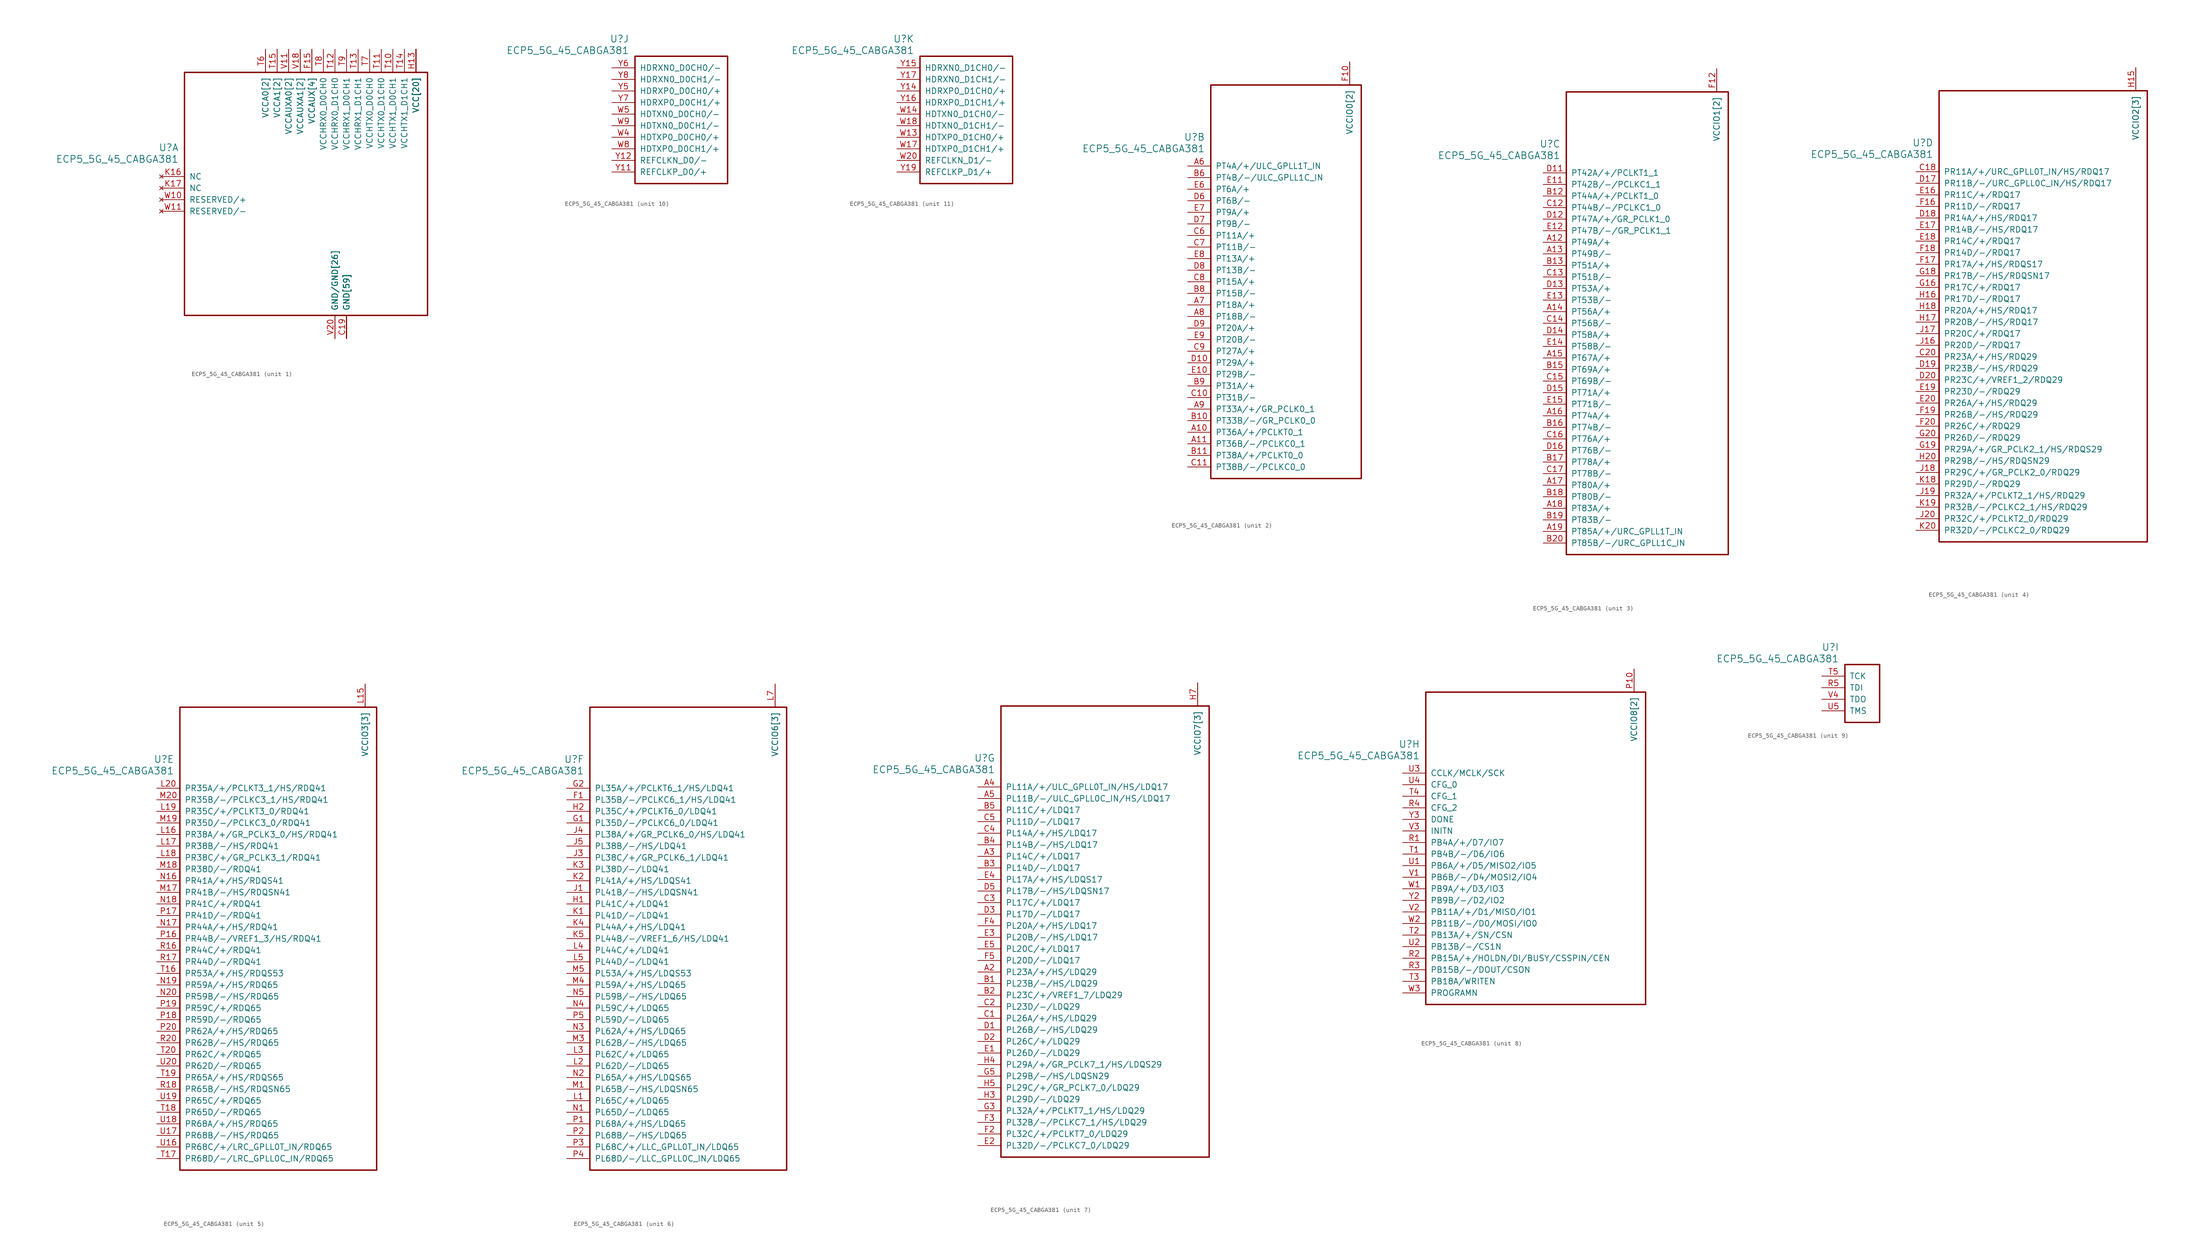
<source format=kicad_sym>
(kicad_symbol_lib
  (version 20241209)
  (generator "kicad_symbol_editor")
  (generator_version "9.0")
  (symbol "ECP5_5G_45_CABGA381"
    (pin_names
      (offset 1.016))
    (property "Reference" "U"
      (at 3.81 6.35 0)
      (effects (font (size 1.524 1.524)) (justify right)))
    (property "Value" "ECP5_5G_45_CABGA381"
      (at 3.81 3.81 0)
      (effects (font (size 1.524 1.524)) (justify right)))
    (property "ki_locked" ""
      (at 0 0 0)
      (effects (font (size 1.27 1.27))))
    (symbol "ECP5_5G_45_CABGA381_1_1"
      (rectangle (start 5.08 22.86) (end 58.42 -30.48) (stroke (width 0.305) (type solid)) (fill (type none)))
      (pin no_connect line (at 0 0 0) (length 5.08) (name "NC" (effects (font (size 1.27 1.27)))) (number "K16" (effects (font (size 1.27 1.27)))))
      (pin no_connect line (at 0 -2.54 0) (length 5.08) (name "NC" (effects (font (size 1.27 1.27)))) (number "K17" (effects (font (size 1.27 1.27)))))
      (pin no_connect line (at 0 -5.08 0) (length 5.08) (name "RESERVED/+" (effects (font (size 1.27 1.27)))) (number "W10" (effects (font (size 1.27 1.27)))))
      (pin no_connect line (at 0 -7.62 0) (length 5.08) (name "RESERVED/-" (effects (font (size 1.27 1.27)))) (number "W11" (effects (font (size 1.27 1.27)))))
      (pin power_in line (at 22.86 27.94 270) (length 5.08) (name "VCCA0[2]" (effects (font (size 1.27 1.27)))) (number "T6" (effects (font (size 1.27 1.27)))))
      (pin power_in line (at 22.86 27.94 270) (length 5.08) (name "VCCA0[2]" (effects (font (size 1.27 1.27)))) (number "U6" (effects (font (size 0 0)))))
      (pin power_in line (at 25.4 27.94 270) (length 5.08) (name "VCCA1[2]" (effects (font (size 1.27 1.27)))) (number "T15" (effects (font (size 1.27 1.27)))))
      (pin power_in line (at 25.4 27.94 270) (length 5.08) (name "VCCA1[2]" (effects (font (size 1.27 1.27)))) (number "U15" (effects (font (size 0 0)))))
      (pin power_in line (at 27.94 27.94 270) (length 5.08) (name "VCCAUXA0[2]" (effects (font (size 1.27 1.27)))) (number "V10" (effects (font (size 0 0)))))
      (pin power_in line (at 27.94 27.94 270) (length 5.08) (name "VCCAUXA0[2]" (effects (font (size 1.27 1.27)))) (number "V11" (effects (font (size 1.27 1.27)))))
      (pin power_in line (at 30.48 27.94 270) (length 5.08) (name "VCCAUXA1[2]" (effects (font (size 1.27 1.27)))) (number "V17" (effects (font (size 0 0)))))
      (pin power_in line (at 30.48 27.94 270) (length 5.08) (name "VCCAUXA1[2]" (effects (font (size 1.27 1.27)))) (number "V18" (effects (font (size 1.27 1.27)))))
      (pin power_in line (at 33.02 27.94 270) (length 5.08) (name "VCCAUX[4]" (effects (font (size 1.27 1.27)))) (number "F15" (effects (font (size 1.27 1.27)))))
      (pin power_in line (at 33.02 27.94 270) (length 5.08) (name "VCCAUX[4]" (effects (font (size 1.27 1.27)))) (number "F6" (effects (font (size 0 0)))))
      (pin power_in line (at 33.02 27.94 270) (length 5.08) (name "VCCAUX[4]" (effects (font (size 1.27 1.27)))) (number "P15" (effects (font (size 0 0)))))
      (pin power_in line (at 33.02 27.94 270) (length 5.08) (name "VCCAUX[4]" (effects (font (size 1.27 1.27)))) (number "P6" (effects (font (size 0 0)))))
      (pin power_in line (at 35.56 27.94 270) (length 5.08) (name "VCCHRX0_D0CH0" (effects (font (size 1.27 1.27)))) (number "T8" (effects (font (size 1.27 1.27)))))
      (pin power_in line (at 38.1 27.94 270) (length 5.08) (name "VCCHRX0_D1CH0" (effects (font (size 1.27 1.27)))) (number "T12" (effects (font (size 1.27 1.27)))))
      (pin power_in line (at 38.1 -35.56 90) (length 5.08) (name "GND/GND[26]" (effects (font (size 1.27 1.27)))) (number "U10" (effects (font (size 0 0)))))
      (pin power_in line (at 38.1 -35.56 90) (length 5.08) (name "GND/GND[26]" (effects (font (size 1.27 1.27)))) (number "U11" (effects (font (size 0 0)))))
      (pin power_in line (at 38.1 -35.56 90) (length 5.08) (name "GND/GND[26]" (effects (font (size 1.27 1.27)))) (number "U12" (effects (font (size 0 0)))))
      (pin power_in line (at 38.1 -35.56 90) (length 5.08) (name "GND/GND[26]" (effects (font (size 1.27 1.27)))) (number "U13" (effects (font (size 0 0)))))
      (pin power_in line (at 38.1 -35.56 90) (length 5.08) (name "GND/GND[26]" (effects (font (size 1.27 1.27)))) (number "U14" (effects (font (size 0 0)))))
      (pin power_in line (at 38.1 -35.56 90) (length 5.08) (name "GND/GND[26]" (effects (font (size 1.27 1.27)))) (number "U7" (effects (font (size 0 0)))))
      (pin power_in line (at 38.1 -35.56 90) (length 5.08) (name "GND/GND[26]" (effects (font (size 1.27 1.27)))) (number "U8" (effects (font (size 0 0)))))
      (pin power_in line (at 38.1 -35.56 90) (length 5.08) (name "GND/GND[26]" (effects (font (size 1.27 1.27)))) (number "U9" (effects (font (size 0 0)))))
      (pin power_in line (at 38.1 -35.56 90) (length 5.08) (name "GND/GND[26]" (effects (font (size 1.27 1.27)))) (number "V12" (effects (font (size 0 0)))))
      (pin power_in line (at 38.1 -35.56 90) (length 5.08) (name "GND/GND[26]" (effects (font (size 1.27 1.27)))) (number "V13" (effects (font (size 0 0)))))
      (pin power_in line (at 38.1 -35.56 90) (length 5.08) (name "GND/GND[26]" (effects (font (size 1.27 1.27)))) (number "V14" (effects (font (size 0 0)))))
      (pin power_in line (at 38.1 -35.56 90) (length 5.08) (name "GND/GND[26]" (effects (font (size 1.27 1.27)))) (number "V15" (effects (font (size 0 0)))))
      (pin power_in line (at 38.1 -35.56 90) (length 5.08) (name "GND/GND[26]" (effects (font (size 1.27 1.27)))) (number "V16" (effects (font (size 0 0)))))
      (pin power_in line (at 38.1 -35.56 90) (length 5.08) (name "GND/GND[26]" (effects (font (size 1.27 1.27)))) (number "V19" (effects (font (size 0 0)))))
      (pin power_in line (at 38.1 -35.56 90) (length 5.08) (name "GND/GND[26]" (effects (font (size 1.27 1.27)))) (number "V20" (effects (font (size 1.27 1.27)))))
      (pin power_in line (at 38.1 -35.56 90) (length 5.08) (name "GND/GND[26]" (effects (font (size 1.27 1.27)))) (number "V5" (effects (font (size 0 0)))))
      (pin power_in line (at 38.1 -35.56 90) (length 5.08) (name "GND/GND[26]" (effects (font (size 1.27 1.27)))) (number "V6" (effects (font (size 0 0)))))
      (pin power_in line (at 38.1 -35.56 90) (length 5.08) (name "GND/GND[26]" (effects (font (size 1.27 1.27)))) (number "V7" (effects (font (size 0 0)))))
      (pin power_in line (at 38.1 -35.56 90) (length 5.08) (name "GND/GND[26]" (effects (font (size 1.27 1.27)))) (number "V8" (effects (font (size 0 0)))))
      (pin power_in line (at 38.1 -35.56 90) (length 5.08) (name "GND/GND[26]" (effects (font (size 1.27 1.27)))) (number "V9" (effects (font (size 0 0)))))
      (pin power_in line (at 38.1 -35.56 90) (length 5.08) (name "GND/GND[26]" (effects (font (size 1.27 1.27)))) (number "W12" (effects (font (size 0 0)))))
      (pin power_in line (at 38.1 -35.56 90) (length 5.08) (name "GND/GND[26]" (effects (font (size 1.27 1.27)))) (number "W15" (effects (font (size 0 0)))))
      (pin power_in line (at 38.1 -35.56 90) (length 5.08) (name "GND/GND[26]" (effects (font (size 1.27 1.27)))) (number "W16" (effects (font (size 0 0)))))
      (pin power_in line (at 38.1 -35.56 90) (length 5.08) (name "GND/GND[26]" (effects (font (size 1.27 1.27)))) (number "W19" (effects (font (size 0 0)))))
      (pin power_in line (at 38.1 -35.56 90) (length 5.08) (name "GND/GND[26]" (effects (font (size 1.27 1.27)))) (number "W6" (effects (font (size 0 0)))))
      (pin power_in line (at 38.1 -35.56 90) (length 5.08) (name "GND/GND[26]" (effects (font (size 1.27 1.27)))) (number "W7" (effects (font (size 0 0)))))
      (pin power_in line (at 40.64 27.94 270) (length 5.08) (name "VCCHRX1_D0CH1" (effects (font (size 1.27 1.27)))) (number "T9" (effects (font (size 1.27 1.27)))))
      (pin power_in line (at 40.64 -35.56 90) (length 5.08) (name "GND[59]" (effects (font (size 1.27 1.27)))) (number "B14" (effects (font (size 0 0)))))
      (pin power_in line (at 40.64 -35.56 90) (length 5.08) (name "GND[59]" (effects (font (size 1.27 1.27)))) (number "B7" (effects (font (size 0 0)))))
      (pin power_in line (at 40.64 -35.56 90) (length 5.08) (name "GND[59]" (effects (font (size 1.27 1.27)))) (number "C19" (effects (font (size 1.27 1.27)))))
      (pin power_in line (at 40.64 -35.56 90) (length 5.08) (name "GND[59]" (effects (font (size 1.27 1.27)))) (number "D4" (effects (font (size 0 0)))))
      (pin power_in line (at 40.64 -35.56 90) (length 5.08) (name "GND[59]" (effects (font (size 1.27 1.27)))) (number "F13" (effects (font (size 0 0)))))
      (pin power_in line (at 40.64 -35.56 90) (length 5.08) (name "GND[59]" (effects (font (size 1.27 1.27)))) (number "F14" (effects (font (size 0 0)))))
      (pin power_in line (at 40.64 -35.56 90) (length 5.08) (name "GND[59]" (effects (font (size 1.27 1.27)))) (number "F7" (effects (font (size 0 0)))))
      (pin power_in line (at 40.64 -35.56 90) (length 5.08) (name "GND[59]" (effects (font (size 1.27 1.27)))) (number "F8" (effects (font (size 0 0)))))
      (pin power_in line (at 40.64 -35.56 90) (length 5.08) (name "GND[59]" (effects (font (size 1.27 1.27)))) (number "G10" (effects (font (size 0 0)))))
      (pin power_in line (at 40.64 -35.56 90) (length 5.08) (name "GND[59]" (effects (font (size 1.27 1.27)))) (number "G11" (effects (font (size 0 0)))))
      (pin power_in line (at 40.64 -35.56 90) (length 5.08) (name "GND[59]" (effects (font (size 1.27 1.27)))) (number "G12" (effects (font (size 0 0)))))
      (pin power_in line (at 40.64 -35.56 90) (length 5.08) (name "GND[59]" (effects (font (size 1.27 1.27)))) (number "G13" (effects (font (size 0 0)))))
      (pin power_in line (at 40.64 -35.56 90) (length 5.08) (name "GND[59]" (effects (font (size 1.27 1.27)))) (number "G14" (effects (font (size 0 0)))))
      (pin power_in line (at 40.64 -35.56 90) (length 5.08) (name "GND[59]" (effects (font (size 1.27 1.27)))) (number "G15" (effects (font (size 0 0)))))
      (pin power_in line (at 40.64 -35.56 90) (length 5.08) (name "GND[59]" (effects (font (size 1.27 1.27)))) (number "G17" (effects (font (size 0 0)))))
      (pin power_in line (at 40.64 -35.56 90) (length 5.08) (name "GND[59]" (effects (font (size 1.27 1.27)))) (number "G4" (effects (font (size 0 0)))))
      (pin power_in line (at 40.64 -35.56 90) (length 5.08) (name "GND[59]" (effects (font (size 1.27 1.27)))) (number "G6" (effects (font (size 0 0)))))
      (pin power_in line (at 40.64 -35.56 90) (length 5.08) (name "GND[59]" (effects (font (size 1.27 1.27)))) (number "G7" (effects (font (size 0 0)))))
      (pin power_in line (at 40.64 -35.56 90) (length 5.08) (name "GND[59]" (effects (font (size 1.27 1.27)))) (number "G8" (effects (font (size 0 0)))))
      (pin power_in line (at 40.64 -35.56 90) (length 5.08) (name "GND[59]" (effects (font (size 1.27 1.27)))) (number "G9" (effects (font (size 0 0)))))
      (pin power_in line (at 40.64 -35.56 90) (length 5.08) (name "GND[59]" (effects (font (size 1.27 1.27)))) (number "H19" (effects (font (size 0 0)))))
      (pin power_in line (at 40.64 -35.56 90) (length 5.08) (name "GND[59]" (effects (font (size 1.27 1.27)))) (number "J10" (effects (font (size 0 0)))))
      (pin power_in line (at 40.64 -35.56 90) (length 5.08) (name "GND[59]" (effects (font (size 1.27 1.27)))) (number "J11" (effects (font (size 0 0)))))
      (pin power_in line (at 40.64 -35.56 90) (length 5.08) (name "GND[59]" (effects (font (size 1.27 1.27)))) (number "J12" (effects (font (size 0 0)))))
      (pin power_in line (at 40.64 -35.56 90) (length 5.08) (name "GND[59]" (effects (font (size 1.27 1.27)))) (number "J14" (effects (font (size 0 0)))))
      (pin power_in line (at 40.64 -35.56 90) (length 5.08) (name "GND[59]" (effects (font (size 1.27 1.27)))) (number "J2" (effects (font (size 0 0)))))
      (pin power_in line (at 40.64 -35.56 90) (length 5.08) (name "GND[59]" (effects (font (size 1.27 1.27)))) (number "J7" (effects (font (size 0 0)))))
      (pin power_in line (at 40.64 -35.56 90) (length 5.08) (name "GND[59]" (effects (font (size 1.27 1.27)))) (number "J9" (effects (font (size 0 0)))))
      (pin power_in line (at 40.64 -35.56 90) (length 5.08) (name "GND[59]" (effects (font (size 1.27 1.27)))) (number "K10" (effects (font (size 0 0)))))
      (pin power_in line (at 40.64 -35.56 90) (length 5.08) (name "GND[59]" (effects (font (size 1.27 1.27)))) (number "K11" (effects (font (size 0 0)))))
      (pin power_in line (at 40.64 -35.56 90) (length 5.08) (name "GND[59]" (effects (font (size 1.27 1.27)))) (number "K12" (effects (font (size 0 0)))))
      (pin power_in line (at 40.64 -35.56 90) (length 5.08) (name "GND[59]" (effects (font (size 1.27 1.27)))) (number "K14" (effects (font (size 0 0)))))
      (pin power_in line (at 40.64 -35.56 90) (length 5.08) (name "GND[59]" (effects (font (size 1.27 1.27)))) (number "K15" (effects (font (size 0 0)))))
      (pin power_in line (at 40.64 -35.56 90) (length 5.08) (name "GND[59]" (effects (font (size 1.27 1.27)))) (number "K6" (effects (font (size 0 0)))))
      (pin power_in line (at 40.64 -35.56 90) (length 5.08) (name "GND[59]" (effects (font (size 1.27 1.27)))) (number "K7" (effects (font (size 0 0)))))
      (pin power_in line (at 40.64 -35.56 90) (length 5.08) (name "GND[59]" (effects (font (size 1.27 1.27)))) (number "K9" (effects (font (size 0 0)))))
      (pin power_in line (at 40.64 -35.56 90) (length 5.08) (name "GND[59]" (effects (font (size 1.27 1.27)))) (number "L10" (effects (font (size 0 0)))))
      (pin power_in line (at 40.64 -35.56 90) (length 5.08) (name "GND[59]" (effects (font (size 1.27 1.27)))) (number "L11" (effects (font (size 0 0)))))
      (pin power_in line (at 40.64 -35.56 90) (length 5.08) (name "GND[59]" (effects (font (size 1.27 1.27)))) (number "L12" (effects (font (size 0 0)))))
      (pin power_in line (at 40.64 -35.56 90) (length 5.08) (name "GND[59]" (effects (font (size 1.27 1.27)))) (number "L9" (effects (font (size 0 0)))))
      (pin power_in line (at 40.64 -35.56 90) (length 5.08) (name "GND[59]" (effects (font (size 1.27 1.27)))) (number "M10" (effects (font (size 0 0)))))
      (pin power_in line (at 40.64 -35.56 90) (length 5.08) (name "GND[59]" (effects (font (size 1.27 1.27)))) (number "M11" (effects (font (size 0 0)))))
      (pin power_in line (at 40.64 -35.56 90) (length 5.08) (name "GND[59]" (effects (font (size 1.27 1.27)))) (number "M12" (effects (font (size 0 0)))))
      (pin power_in line (at 40.64 -35.56 90) (length 5.08) (name "GND[59]" (effects (font (size 1.27 1.27)))) (number "M14" (effects (font (size 0 0)))))
      (pin power_in line (at 40.64 -35.56 90) (length 5.08) (name "GND[59]" (effects (font (size 1.27 1.27)))) (number "M16" (effects (font (size 0 0)))))
      (pin power_in line (at 40.64 -35.56 90) (length 5.08) (name "GND[59]" (effects (font (size 1.27 1.27)))) (number "M2" (effects (font (size 0 0)))))
      (pin power_in line (at 40.64 -35.56 90) (length 5.08) (name "GND[59]" (effects (font (size 1.27 1.27)))) (number "M7" (effects (font (size 0 0)))))
      (pin power_in line (at 40.64 -35.56 90) (length 5.08) (name "GND[59]" (effects (font (size 1.27 1.27)))) (number "M9" (effects (font (size 0 0)))))
      (pin power_in line (at 40.64 -35.56 90) (length 5.08) (name "GND[59]" (effects (font (size 1.27 1.27)))) (number "N14" (effects (font (size 0 0)))))
      (pin power_in line (at 40.64 -35.56 90) (length 5.08) (name "GND[59]" (effects (font (size 1.27 1.27)))) (number "N15" (effects (font (size 0 0)))))
      (pin power_in line (at 40.64 -35.56 90) (length 5.08) (name "GND[59]" (effects (font (size 1.27 1.27)))) (number "N6" (effects (font (size 0 0)))))
      (pin power_in line (at 40.64 -35.56 90) (length 5.08) (name "GND[59]" (effects (font (size 1.27 1.27)))) (number "N7" (effects (font (size 0 0)))))
      (pin power_in line (at 40.64 -35.56 90) (length 5.08) (name "GND[59]" (effects (font (size 1.27 1.27)))) (number "P11" (effects (font (size 0 0)))))
      (pin power_in line (at 40.64 -35.56 90) (length 5.08) (name "GND[59]" (effects (font (size 1.27 1.27)))) (number "P12" (effects (font (size 0 0)))))
      (pin power_in line (at 40.64 -35.56 90) (length 5.08) (name "GND[59]" (effects (font (size 1.27 1.27)))) (number "P13" (effects (font (size 0 0)))))
      (pin power_in line (at 40.64 -35.56 90) (length 5.08) (name "GND[59]" (effects (font (size 1.27 1.27)))) (number "P14" (effects (font (size 0 0)))))
      (pin power_in line (at 40.64 -35.56 90) (length 5.08) (name "GND[59]" (effects (font (size 1.27 1.27)))) (number "P7" (effects (font (size 0 0)))))
      (pin power_in line (at 40.64 -35.56 90) (length 5.08) (name "GND[59]" (effects (font (size 1.27 1.27)))) (number "P8" (effects (font (size 0 0)))))
      (pin power_in line (at 40.64 -35.56 90) (length 5.08) (name "GND[59]" (effects (font (size 1.27 1.27)))) (number "R19" (effects (font (size 0 0)))))
      (pin power_in line (at 43.18 27.94 270) (length 5.08) (name "VCCHRX1_D1CH1" (effects (font (size 1.27 1.27)))) (number "T13" (effects (font (size 1.27 1.27)))))
      (pin power_in line (at 45.72 27.94 270) (length 5.08) (name "VCCHTX0_D0CH0" (effects (font (size 1.27 1.27)))) (number "T7" (effects (font (size 1.27 1.27)))))
      (pin power_in line (at 48.26 27.94 270) (length 5.08) (name "VCCHTX0_D1CH0" (effects (font (size 1.27 1.27)))) (number "T11" (effects (font (size 1.27 1.27)))))
      (pin power_in line (at 50.8 27.94 270) (length 5.08) (name "VCCHTX1_D0CH1" (effects (font (size 1.27 1.27)))) (number "T10" (effects (font (size 1.27 1.27)))))
      (pin power_in line (at 53.34 27.94 270) (length 5.08) (name "VCCHTX1_D1CH1" (effects (font (size 1.27 1.27)))) (number "T14" (effects (font (size 1.27 1.27)))))
      (pin power_in line (at 55.88 27.94 270) (length 5.08) (name "VCC[20]" (effects (font (size 1.27 1.27)))) (number "H10" (effects (font (size 0 0)))))
      (pin power_in line (at 55.88 27.94 270) (length 5.08) (name "VCC[20]" (effects (font (size 1.27 1.27)))) (number "H11" (effects (font (size 0 0)))))
      (pin power_in line (at 55.88 27.94 270) (length 5.08) (name "VCC[20]" (effects (font (size 1.27 1.27)))) (number "H12" (effects (font (size 0 0)))))
      (pin power_in line (at 55.88 27.94 270) (length 5.08) (name "VCC[20]" (effects (font (size 1.27 1.27)))) (number "H13" (effects (font (size 1.27 1.27)))))
      (pin power_in line (at 55.88 27.94 270) (length 5.08) (name "VCC[20]" (effects (font (size 1.27 1.27)))) (number "H8" (effects (font (size 0 0)))))
      (pin power_in line (at 55.88 27.94 270) (length 5.08) (name "VCC[20]" (effects (font (size 1.27 1.27)))) (number "H9" (effects (font (size 0 0)))))
      (pin power_in line (at 55.88 27.94 270) (length 5.08) (name "VCC[20]" (effects (font (size 1.27 1.27)))) (number "J13" (effects (font (size 0 0)))))
      (pin power_in line (at 55.88 27.94 270) (length 5.08) (name "VCC[20]" (effects (font (size 1.27 1.27)))) (number "J8" (effects (font (size 0 0)))))
      (pin power_in line (at 55.88 27.94 270) (length 5.08) (name "VCC[20]" (effects (font (size 1.27 1.27)))) (number "K13" (effects (font (size 0 0)))))
      (pin power_in line (at 55.88 27.94 270) (length 5.08) (name "VCC[20]" (effects (font (size 1.27 1.27)))) (number "K8" (effects (font (size 0 0)))))
      (pin power_in line (at 55.88 27.94 270) (length 5.08) (name "VCC[20]" (effects (font (size 1.27 1.27)))) (number "L13" (effects (font (size 0 0)))))
      (pin power_in line (at 55.88 27.94 270) (length 5.08) (name "VCC[20]" (effects (font (size 1.27 1.27)))) (number "L8" (effects (font (size 0 0)))))
      (pin power_in line (at 55.88 27.94 270) (length 5.08) (name "VCC[20]" (effects (font (size 1.27 1.27)))) (number "M13" (effects (font (size 0 0)))))
      (pin power_in line (at 55.88 27.94 270) (length 5.08) (name "VCC[20]" (effects (font (size 1.27 1.27)))) (number "M8" (effects (font (size 0 0)))))
      (pin power_in line (at 55.88 27.94 270) (length 5.08) (name "VCC[20]" (effects (font (size 1.27 1.27)))) (number "N10" (effects (font (size 0 0)))))
      (pin power_in line (at 55.88 27.94 270) (length 5.08) (name "VCC[20]" (effects (font (size 1.27 1.27)))) (number "N11" (effects (font (size 0 0)))))
      (pin power_in line (at 55.88 27.94 270) (length 5.08) (name "VCC[20]" (effects (font (size 1.27 1.27)))) (number "N12" (effects (font (size 0 0)))))
      (pin power_in line (at 55.88 27.94 270) (length 5.08) (name "VCC[20]" (effects (font (size 1.27 1.27)))) (number "N13" (effects (font (size 0 0)))))
      (pin power_in line (at 55.88 27.94 270) (length 5.08) (name "VCC[20]" (effects (font (size 1.27 1.27)))) (number "N8" (effects (font (size 0 0)))))
      (pin power_in line (at 55.88 27.94 270) (length 5.08) (name "VCC[20]" (effects (font (size 1.27 1.27)))) (number "N9" (effects (font (size 0 0))))))
    (symbol "ECP5_5G_45_CABGA381_2_1"
      (rectangle (start 5.08 17.78) (end 38.1 -68.58) (stroke (width 0.305) (type solid)) (fill (type none)))
      (pin bidirectional line (at 0 0 0) (length 5.08) (name "PT4A/+/ULC_GPLL1T_IN" (effects (font (size 1.27 1.27)))) (number "A6" (effects (font (size 1.27 1.27)))))
      (pin bidirectional line (at 0 -2.54 0) (length 5.08) (name "PT4B/-/ULC_GPLL1C_IN" (effects (font (size 1.27 1.27)))) (number "B6" (effects (font (size 1.27 1.27)))))
      (pin bidirectional line (at 0 -5.08 0) (length 5.08) (name "PT6A/+" (effects (font (size 1.27 1.27)))) (number "E6" (effects (font (size 1.27 1.27)))))
      (pin bidirectional line (at 0 -7.62 0) (length 5.08) (name "PT6B/-" (effects (font (size 1.27 1.27)))) (number "D6" (effects (font (size 1.27 1.27)))))
      (pin bidirectional line (at 0 -10.16 0) (length 5.08) (name "PT9A/+" (effects (font (size 1.27 1.27)))) (number "E7" (effects (font (size 1.27 1.27)))))
      (pin bidirectional line (at 0 -12.7 0) (length 5.08) (name "PT9B/-" (effects (font (size 1.27 1.27)))) (number "D7" (effects (font (size 1.27 1.27)))))
      (pin bidirectional line (at 0 -15.24 0) (length 5.08) (name "PT11A/+" (effects (font (size 1.27 1.27)))) (number "C6" (effects (font (size 1.27 1.27)))))
      (pin bidirectional line (at 0 -17.78 0) (length 5.08) (name "PT11B/-" (effects (font (size 1.27 1.27)))) (number "C7" (effects (font (size 1.27 1.27)))))
      (pin bidirectional line (at 0 -20.32 0) (length 5.08) (name "PT13A/+" (effects (font (size 1.27 1.27)))) (number "E8" (effects (font (size 1.27 1.27)))))
      (pin bidirectional line (at 0 -22.86 0) (length 5.08) (name "PT13B/-" (effects (font (size 1.27 1.27)))) (number "D8" (effects (font (size 1.27 1.27)))))
      (pin bidirectional line (at 0 -25.4 0) (length 5.08) (name "PT15A/+" (effects (font (size 1.27 1.27)))) (number "C8" (effects (font (size 1.27 1.27)))))
      (pin bidirectional line (at 0 -27.94 0) (length 5.08) (name "PT15B/-" (effects (font (size 1.27 1.27)))) (number "B8" (effects (font (size 1.27 1.27)))))
      (pin bidirectional line (at 0 -30.48 0) (length 5.08) (name "PT18A/+" (effects (font (size 1.27 1.27)))) (number "A7" (effects (font (size 1.27 1.27)))))
      (pin bidirectional line (at 0 -33.02 0) (length 5.08) (name "PT18B/-" (effects (font (size 1.27 1.27)))) (number "A8" (effects (font (size 1.27 1.27)))))
      (pin bidirectional line (at 0 -35.56 0) (length 5.08) (name "PT20A/+" (effects (font (size 1.27 1.27)))) (number "D9" (effects (font (size 1.27 1.27)))))
      (pin bidirectional line (at 0 -38.1 0) (length 5.08) (name "PT20B/-" (effects (font (size 1.27 1.27)))) (number "E9" (effects (font (size 1.27 1.27)))))
      (pin bidirectional line (at 0 -40.64 0) (length 5.08) (name "PT27A/+" (effects (font (size 1.27 1.27)))) (number "C9" (effects (font (size 1.27 1.27)))))
      (pin bidirectional line (at 0 -43.18 0) (length 5.08) (name "PT29A/+" (effects (font (size 1.27 1.27)))) (number "D10" (effects (font (size 1.27 1.27)))))
      (pin bidirectional line (at 0 -45.72 0) (length 5.08) (name "PT29B/-" (effects (font (size 1.27 1.27)))) (number "E10" (effects (font (size 1.27 1.27)))))
      (pin bidirectional line (at 0 -48.26 0) (length 5.08) (name "PT31A/+" (effects (font (size 1.27 1.27)))) (number "B9" (effects (font (size 1.27 1.27)))))
      (pin bidirectional line (at 0 -50.8 0) (length 5.08) (name "PT31B/-" (effects (font (size 1.27 1.27)))) (number "C10" (effects (font (size 1.27 1.27)))))
      (pin bidirectional line (at 0 -53.34 0) (length 5.08) (name "PT33A/+/GR_PCLK0_1" (effects (font (size 1.27 1.27)))) (number "A9" (effects (font (size 1.27 1.27)))))
      (pin bidirectional line (at 0 -55.88 0) (length 5.08) (name "PT33B/-/GR_PCLK0_0" (effects (font (size 1.27 1.27)))) (number "B10" (effects (font (size 1.27 1.27)))))
      (pin bidirectional line (at 0 -58.42 0) (length 5.08) (name "PT36A/+/PCLKT0_1" (effects (font (size 1.27 1.27)))) (number "A10" (effects (font (size 1.27 1.27)))))
      (pin bidirectional line (at 0 -60.96 0) (length 5.08) (name "PT36B/-/PCLKC0_1" (effects (font (size 1.27 1.27)))) (number "A11" (effects (font (size 1.27 1.27)))))
      (pin bidirectional line (at 0 -63.5 0) (length 5.08) (name "PT38A/+/PCLKT0_0" (effects (font (size 1.27 1.27)))) (number "B11" (effects (font (size 1.27 1.27)))))
      (pin bidirectional line (at 0 -66.04 0) (length 5.08) (name "PT38B/-/PCLKC0_0" (effects (font (size 1.27 1.27)))) (number "C11" (effects (font (size 1.27 1.27)))))
      (pin power_in line (at 35.56 22.86 270) (length 5.08) (name "VCCIO0[2]" (effects (font (size 1.27 1.27)))) (number "F10" (effects (font (size 1.27 1.27)))))
      (pin power_in line (at 35.56 22.86 270) (length 5.08) (name "VCCIO0[2]" (effects (font (size 1.27 1.27)))) (number "F9" (effects (font (size 0 0))))))
    (symbol "ECP5_5G_45_CABGA381_3_1"
      (rectangle (start 5.08 17.78) (end 40.64 -83.82) (stroke (width 0.305) (type solid)) (fill (type none)))
      (pin bidirectional line (at 0 0 0) (length 5.08) (name "PT42A/+/PCLKT1_1" (effects (font (size 1.27 1.27)))) (number "D11" (effects (font (size 1.27 1.27)))))
      (pin bidirectional line (at 0 -2.54 0) (length 5.08) (name "PT42B/-/PCLKC1_1" (effects (font (size 1.27 1.27)))) (number "E11" (effects (font (size 1.27 1.27)))))
      (pin bidirectional line (at 0 -5.08 0) (length 5.08) (name "PT44A/+/PCLKT1_0" (effects (font (size 1.27 1.27)))) (number "B12" (effects (font (size 1.27 1.27)))))
      (pin bidirectional line (at 0 -7.62 0) (length 5.08) (name "PT44B/-/PCLKC1_0" (effects (font (size 1.27 1.27)))) (number "C12" (effects (font (size 1.27 1.27)))))
      (pin bidirectional line (at 0 -10.16 0) (length 5.08) (name "PT47A/+/GR_PCLK1_0" (effects (font (size 1.27 1.27)))) (number "D12" (effects (font (size 1.27 1.27)))))
      (pin bidirectional line (at 0 -12.7 0) (length 5.08) (name "PT47B/-/GR_PCLK1_1" (effects (font (size 1.27 1.27)))) (number "E12" (effects (font (size 1.27 1.27)))))
      (pin bidirectional line (at 0 -15.24 0) (length 5.08) (name "PT49A/+" (effects (font (size 1.27 1.27)))) (number "A12" (effects (font (size 1.27 1.27)))))
      (pin bidirectional line (at 0 -17.78 0) (length 5.08) (name "PT49B/-" (effects (font (size 1.27 1.27)))) (number "A13" (effects (font (size 1.27 1.27)))))
      (pin bidirectional line (at 0 -20.32 0) (length 5.08) (name "PT51A/+" (effects (font (size 1.27 1.27)))) (number "B13" (effects (font (size 1.27 1.27)))))
      (pin bidirectional line (at 0 -22.86 0) (length 5.08) (name "PT51B/-" (effects (font (size 1.27 1.27)))) (number "C13" (effects (font (size 1.27 1.27)))))
      (pin bidirectional line (at 0 -25.4 0) (length 5.08) (name "PT53A/+" (effects (font (size 1.27 1.27)))) (number "D13" (effects (font (size 1.27 1.27)))))
      (pin bidirectional line (at 0 -27.94 0) (length 5.08) (name "PT53B/-" (effects (font (size 1.27 1.27)))) (number "E13" (effects (font (size 1.27 1.27)))))
      (pin bidirectional line (at 0 -30.48 0) (length 5.08) (name "PT56A/+" (effects (font (size 1.27 1.27)))) (number "A14" (effects (font (size 1.27 1.27)))))
      (pin bidirectional line (at 0 -33.02 0) (length 5.08) (name "PT56B/-" (effects (font (size 1.27 1.27)))) (number "C14" (effects (font (size 1.27 1.27)))))
      (pin bidirectional line (at 0 -35.56 0) (length 5.08) (name "PT58A/+" (effects (font (size 1.27 1.27)))) (number "D14" (effects (font (size 1.27 1.27)))))
      (pin bidirectional line (at 0 -38.1 0) (length 5.08) (name "PT58B/-" (effects (font (size 1.27 1.27)))) (number "E14" (effects (font (size 1.27 1.27)))))
      (pin bidirectional line (at 0 -40.64 0) (length 5.08) (name "PT67A/+" (effects (font (size 1.27 1.27)))) (number "A15" (effects (font (size 1.27 1.27)))))
      (pin bidirectional line (at 0 -43.18 0) (length 5.08) (name "PT69A/+" (effects (font (size 1.27 1.27)))) (number "B15" (effects (font (size 1.27 1.27)))))
      (pin bidirectional line (at 0 -45.72 0) (length 5.08) (name "PT69B/-" (effects (font (size 1.27 1.27)))) (number "C15" (effects (font (size 1.27 1.27)))))
      (pin bidirectional line (at 0 -48.26 0) (length 5.08) (name "PT71A/+" (effects (font (size 1.27 1.27)))) (number "D15" (effects (font (size 1.27 1.27)))))
      (pin bidirectional line (at 0 -50.8 0) (length 5.08) (name "PT71B/-" (effects (font (size 1.27 1.27)))) (number "E15" (effects (font (size 1.27 1.27)))))
      (pin bidirectional line (at 0 -53.34 0) (length 5.08) (name "PT74A/+" (effects (font (size 1.27 1.27)))) (number "A16" (effects (font (size 1.27 1.27)))))
      (pin bidirectional line (at 0 -55.88 0) (length 5.08) (name "PT74B/-" (effects (font (size 1.27 1.27)))) (number "B16" (effects (font (size 1.27 1.27)))))
      (pin bidirectional line (at 0 -58.42 0) (length 5.08) (name "PT76A/+" (effects (font (size 1.27 1.27)))) (number "C16" (effects (font (size 1.27 1.27)))))
      (pin bidirectional line (at 0 -60.96 0) (length 5.08) (name "PT76B/-" (effects (font (size 1.27 1.27)))) (number "D16" (effects (font (size 1.27 1.27)))))
      (pin bidirectional line (at 0 -63.5 0) (length 5.08) (name "PT78A/+" (effects (font (size 1.27 1.27)))) (number "B17" (effects (font (size 1.27 1.27)))))
      (pin bidirectional line (at 0 -66.04 0) (length 5.08) (name "PT78B/-" (effects (font (size 1.27 1.27)))) (number "C17" (effects (font (size 1.27 1.27)))))
      (pin bidirectional line (at 0 -68.58 0) (length 5.08) (name "PT80A/+" (effects (font (size 1.27 1.27)))) (number "A17" (effects (font (size 1.27 1.27)))))
      (pin bidirectional line (at 0 -71.12 0) (length 5.08) (name "PT80B/-" (effects (font (size 1.27 1.27)))) (number "B18" (effects (font (size 1.27 1.27)))))
      (pin bidirectional line (at 0 -73.66 0) (length 5.08) (name "PT83A/+" (effects (font (size 1.27 1.27)))) (number "A18" (effects (font (size 1.27 1.27)))))
      (pin bidirectional line (at 0 -76.2 0) (length 5.08) (name "PT83B/-" (effects (font (size 1.27 1.27)))) (number "B19" (effects (font (size 1.27 1.27)))))
      (pin bidirectional line (at 0 -78.74 0) (length 5.08) (name "PT85A/+/URC_GPLL1T_IN" (effects (font (size 1.27 1.27)))) (number "A19" (effects (font (size 1.27 1.27)))))
      (pin bidirectional line (at 0 -81.28 0) (length 5.08) (name "PT85B/-/URC_GPLL1C_IN" (effects (font (size 1.27 1.27)))) (number "B20" (effects (font (size 1.27 1.27)))))
      (pin power_in line (at 38.1 22.86 270) (length 5.08) (name "VCCIO1[2]" (effects (font (size 1.27 1.27)))) (number "F11" (effects (font (size 0 0)))))
      (pin power_in line (at 38.1 22.86 270) (length 5.08) (name "VCCIO1[2]" (effects (font (size 1.27 1.27)))) (number "F12" (effects (font (size 1.27 1.27))))))
    (symbol "ECP5_5G_45_CABGA381_4_1"
      (rectangle (start 5.08 17.78) (end 50.8 -81.28) (stroke (width 0.305) (type solid)) (fill (type none)))
      (pin bidirectional line (at 0 0 0) (length 5.08) (name "PR11A/+/URC_GPLL0T_IN/HS/RDQ17" (effects (font (size 1.27 1.27)))) (number "C18" (effects (font (size 1.27 1.27)))))
      (pin bidirectional line (at 0 -2.54 0) (length 5.08) (name "PR11B/-/URC_GPLL0C_IN/HS/RDQ17" (effects (font (size 1.27 1.27)))) (number "D17" (effects (font (size 1.27 1.27)))))
      (pin bidirectional line (at 0 -5.08 0) (length 5.08) (name "PR11C/+/RDQ17" (effects (font (size 1.27 1.27)))) (number "E16" (effects (font (size 1.27 1.27)))))
      (pin bidirectional line (at 0 -7.62 0) (length 5.08) (name "PR11D/-/RDQ17" (effects (font (size 1.27 1.27)))) (number "F16" (effects (font (size 1.27 1.27)))))
      (pin bidirectional line (at 0 -10.16 0) (length 5.08) (name "PR14A/+/HS/RDQ17" (effects (font (size 1.27 1.27)))) (number "D18" (effects (font (size 1.27 1.27)))))
      (pin bidirectional line (at 0 -12.7 0) (length 5.08) (name "PR14B/-/HS/RDQ17" (effects (font (size 1.27 1.27)))) (number "E17" (effects (font (size 1.27 1.27)))))
      (pin bidirectional line (at 0 -15.24 0) (length 5.08) (name "PR14C/+/RDQ17" (effects (font (size 1.27 1.27)))) (number "E18" (effects (font (size 1.27 1.27)))))
      (pin bidirectional line (at 0 -17.78 0) (length 5.08) (name "PR14D/-/RDQ17" (effects (font (size 1.27 1.27)))) (number "F18" (effects (font (size 1.27 1.27)))))
      (pin bidirectional line (at 0 -20.32 0) (length 5.08) (name "PR17A/+/HS/RDQS17" (effects (font (size 1.27 1.27)))) (number "F17" (effects (font (size 1.27 1.27)))))
      (pin bidirectional line (at 0 -22.86 0) (length 5.08) (name "PR17B/-/HS/RDQSN17" (effects (font (size 1.27 1.27)))) (number "G18" (effects (font (size 1.27 1.27)))))
      (pin bidirectional line (at 0 -25.4 0) (length 5.08) (name "PR17C/+/RDQ17" (effects (font (size 1.27 1.27)))) (number "G16" (effects (font (size 1.27 1.27)))))
      (pin bidirectional line (at 0 -27.94 0) (length 5.08) (name "PR17D/-/RDQ17" (effects (font (size 1.27 1.27)))) (number "H16" (effects (font (size 1.27 1.27)))))
      (pin bidirectional line (at 0 -30.48 0) (length 5.08) (name "PR20A/+/HS/RDQ17" (effects (font (size 1.27 1.27)))) (number "H18" (effects (font (size 1.27 1.27)))))
      (pin bidirectional line (at 0 -33.02 0) (length 5.08) (name "PR20B/-/HS/RDQ17" (effects (font (size 1.27 1.27)))) (number "H17" (effects (font (size 1.27 1.27)))))
      (pin bidirectional line (at 0 -35.56 0) (length 5.08) (name "PR20C/+/RDQ17" (effects (font (size 1.27 1.27)))) (number "J17" (effects (font (size 1.27 1.27)))))
      (pin bidirectional line (at 0 -38.1 0) (length 5.08) (name "PR20D/-/RDQ17" (effects (font (size 1.27 1.27)))) (number "J16" (effects (font (size 1.27 1.27)))))
      (pin bidirectional line (at 0 -40.64 0) (length 5.08) (name "PR23A/+/HS/RDQ29" (effects (font (size 1.27 1.27)))) (number "C20" (effects (font (size 1.27 1.27)))))
      (pin bidirectional line (at 0 -43.18 0) (length 5.08) (name "PR23B/-/HS/RDQ29" (effects (font (size 1.27 1.27)))) (number "D19" (effects (font (size 1.27 1.27)))))
      (pin bidirectional line (at 0 -45.72 0) (length 5.08) (name "PR23C/+/VREF1_2/RDQ29" (effects (font (size 1.27 1.27)))) (number "D20" (effects (font (size 1.27 1.27)))))
      (pin bidirectional line (at 0 -48.26 0) (length 5.08) (name "PR23D/-/RDQ29" (effects (font (size 1.27 1.27)))) (number "E19" (effects (font (size 1.27 1.27)))))
      (pin bidirectional line (at 0 -50.8 0) (length 5.08) (name "PR26A/+/HS/RDQ29" (effects (font (size 1.27 1.27)))) (number "E20" (effects (font (size 1.27 1.27)))))
      (pin bidirectional line (at 0 -53.34 0) (length 5.08) (name "PR26B/-/HS/RDQ29" (effects (font (size 1.27 1.27)))) (number "F19" (effects (font (size 1.27 1.27)))))
      (pin bidirectional line (at 0 -55.88 0) (length 5.08) (name "PR26C/+/RDQ29" (effects (font (size 1.27 1.27)))) (number "F20" (effects (font (size 1.27 1.27)))))
      (pin bidirectional line (at 0 -58.42 0) (length 5.08) (name "PR26D/-/RDQ29" (effects (font (size 1.27 1.27)))) (number "G20" (effects (font (size 1.27 1.27)))))
      (pin bidirectional line (at 0 -60.96 0) (length 5.08) (name "PR29A/+/GR_PCLK2_1/HS/RDQS29" (effects (font (size 1.27 1.27)))) (number "G19" (effects (font (size 1.27 1.27)))))
      (pin bidirectional line (at 0 -63.5 0) (length 5.08) (name "PR29B/-/HS/RDQSN29" (effects (font (size 1.27 1.27)))) (number "H20" (effects (font (size 1.27 1.27)))))
      (pin bidirectional line (at 0 -66.04 0) (length 5.08) (name "PR29C/+/GR_PCLK2_0/RDQ29" (effects (font (size 1.27 1.27)))) (number "J18" (effects (font (size 1.27 1.27)))))
      (pin bidirectional line (at 0 -68.58 0) (length 5.08) (name "PR29D/-/RDQ29" (effects (font (size 1.27 1.27)))) (number "K18" (effects (font (size 1.27 1.27)))))
      (pin bidirectional line (at 0 -71.12 0) (length 5.08) (name "PR32A/+/PCLKT2_1/HS/RDQ29" (effects (font (size 1.27 1.27)))) (number "J19" (effects (font (size 1.27 1.27)))))
      (pin bidirectional line (at 0 -73.66 0) (length 5.08) (name "PR32B/-/PCLKC2_1/HS/RDQ29" (effects (font (size 1.27 1.27)))) (number "K19" (effects (font (size 1.27 1.27)))))
      (pin bidirectional line (at 0 -76.2 0) (length 5.08) (name "PR32C/+/PCLKT2_0/RDQ29" (effects (font (size 1.27 1.27)))) (number "J20" (effects (font (size 1.27 1.27)))))
      (pin bidirectional line (at 0 -78.74 0) (length 5.08) (name "PR32D/-/PCLKC2_0/RDQ29" (effects (font (size 1.27 1.27)))) (number "K20" (effects (font (size 1.27 1.27)))))
      (pin power_in line (at 48.26 22.86 270) (length 5.08) (name "VCCIO2[3]" (effects (font (size 1.27 1.27)))) (number "H14" (effects (font (size 0 0)))))
      (pin power_in line (at 48.26 22.86 270) (length 5.08) (name "VCCIO2[3]" (effects (font (size 1.27 1.27)))) (number "H15" (effects (font (size 1.27 1.27)))))
      (pin power_in line (at 48.26 22.86 270) (length 5.08) (name "VCCIO2[3]" (effects (font (size 1.27 1.27)))) (number "J15" (effects (font (size 0 0))))))
    (symbol "ECP5_5G_45_CABGA381_5_1"
      (rectangle (start 5.08 17.78) (end 48.26 -83.82) (stroke (width 0.305) (type solid)) (fill (type none)))
      (pin bidirectional line (at 0 0 0) (length 5.08) (name "PR35A/+/PCLKT3_1/HS/RDQ41" (effects (font (size 1.27 1.27)))) (number "L20" (effects (font (size 1.27 1.27)))))
      (pin bidirectional line (at 0 -2.54 0) (length 5.08) (name "PR35B/-/PCLKC3_1/HS/RDQ41" (effects (font (size 1.27 1.27)))) (number "M20" (effects (font (size 1.27 1.27)))))
      (pin bidirectional line (at 0 -5.08 0) (length 5.08) (name "PR35C/+/PCLKT3_0/RDQ41" (effects (font (size 1.27 1.27)))) (number "L19" (effects (font (size 1.27 1.27)))))
      (pin bidirectional line (at 0 -7.62 0) (length 5.08) (name "PR35D/-/PCLKC3_0/RDQ41" (effects (font (size 1.27 1.27)))) (number "M19" (effects (font (size 1.27 1.27)))))
      (pin bidirectional line (at 0 -10.16 0) (length 5.08) (name "PR38A/+/GR_PCLK3_0/HS/RDQ41" (effects (font (size 1.27 1.27)))) (number "L16" (effects (font (size 1.27 1.27)))))
      (pin bidirectional line (at 0 -12.7 0) (length 5.08) (name "PR38B/-/HS/RDQ41" (effects (font (size 1.27 1.27)))) (number "L17" (effects (font (size 1.27 1.27)))))
      (pin bidirectional line (at 0 -15.24 0) (length 5.08) (name "PR38C/+/GR_PCLK3_1/RDQ41" (effects (font (size 1.27 1.27)))) (number "L18" (effects (font (size 1.27 1.27)))))
      (pin bidirectional line (at 0 -17.78 0) (length 5.08) (name "PR38D/-/RDQ41" (effects (font (size 1.27 1.27)))) (number "M18" (effects (font (size 1.27 1.27)))))
      (pin bidirectional line (at 0 -20.32 0) (length 5.08) (name "PR41A/+/HS/RDQS41" (effects (font (size 1.27 1.27)))) (number "N16" (effects (font (size 1.27 1.27)))))
      (pin bidirectional line (at 0 -22.86 0) (length 5.08) (name "PR41B/-/HS/RDQSN41" (effects (font (size 1.27 1.27)))) (number "M17" (effects (font (size 1.27 1.27)))))
      (pin bidirectional line (at 0 -25.4 0) (length 5.08) (name "PR41C/+/RDQ41" (effects (font (size 1.27 1.27)))) (number "N18" (effects (font (size 1.27 1.27)))))
      (pin bidirectional line (at 0 -27.94 0) (length 5.08) (name "PR41D/-/RDQ41" (effects (font (size 1.27 1.27)))) (number "P17" (effects (font (size 1.27 1.27)))))
      (pin bidirectional line (at 0 -30.48 0) (length 5.08) (name "PR44A/+/HS/RDQ41" (effects (font (size 1.27 1.27)))) (number "N17" (effects (font (size 1.27 1.27)))))
      (pin bidirectional line (at 0 -33.02 0) (length 5.08) (name "PR44B/-/VREF1_3/HS/RDQ41" (effects (font (size 1.27 1.27)))) (number "P16" (effects (font (size 1.27 1.27)))))
      (pin bidirectional line (at 0 -35.56 0) (length 5.08) (name "PR44C/+/RDQ41" (effects (font (size 1.27 1.27)))) (number "R16" (effects (font (size 1.27 1.27)))))
      (pin bidirectional line (at 0 -38.1 0) (length 5.08) (name "PR44D/-/RDQ41" (effects (font (size 1.27 1.27)))) (number "R17" (effects (font (size 1.27 1.27)))))
      (pin bidirectional line (at 0 -40.64 0) (length 5.08) (name "PR53A/+/HS/RDQS53" (effects (font (size 1.27 1.27)))) (number "T16" (effects (font (size 1.27 1.27)))))
      (pin bidirectional line (at 0 -43.18 0) (length 5.08) (name "PR59A/+/HS/RDQ65" (effects (font (size 1.27 1.27)))) (number "N19" (effects (font (size 1.27 1.27)))))
      (pin bidirectional line (at 0 -45.72 0) (length 5.08) (name "PR59B/-/HS/RDQ65" (effects (font (size 1.27 1.27)))) (number "N20" (effects (font (size 1.27 1.27)))))
      (pin bidirectional line (at 0 -48.26 0) (length 5.08) (name "PR59C/+/RDQ65" (effects (font (size 1.27 1.27)))) (number "P19" (effects (font (size 1.27 1.27)))))
      (pin bidirectional line (at 0 -50.8 0) (length 5.08) (name "PR59D/-/RDQ65" (effects (font (size 1.27 1.27)))) (number "P18" (effects (font (size 1.27 1.27)))))
      (pin bidirectional line (at 0 -53.34 0) (length 5.08) (name "PR62A/+/HS/RDQ65" (effects (font (size 1.27 1.27)))) (number "P20" (effects (font (size 1.27 1.27)))))
      (pin bidirectional line (at 0 -55.88 0) (length 5.08) (name "PR62B/-/HS/RDQ65" (effects (font (size 1.27 1.27)))) (number "R20" (effects (font (size 1.27 1.27)))))
      (pin bidirectional line (at 0 -58.42 0) (length 5.08) (name "PR62C/+/RDQ65" (effects (font (size 1.27 1.27)))) (number "T20" (effects (font (size 1.27 1.27)))))
      (pin bidirectional line (at 0 -60.96 0) (length 5.08) (name "PR62D/-/RDQ65" (effects (font (size 1.27 1.27)))) (number "U20" (effects (font (size 1.27 1.27)))))
      (pin bidirectional line (at 0 -63.5 0) (length 5.08) (name "PR65A/+/HS/RDQS65" (effects (font (size 1.27 1.27)))) (number "T19" (effects (font (size 1.27 1.27)))))
      (pin bidirectional line (at 0 -66.04 0) (length 5.08) (name "PR65B/-/HS/RDQSN65" (effects (font (size 1.27 1.27)))) (number "R18" (effects (font (size 1.27 1.27)))))
      (pin bidirectional line (at 0 -68.58 0) (length 5.08) (name "PR65C/+/RDQ65" (effects (font (size 1.27 1.27)))) (number "U19" (effects (font (size 1.27 1.27)))))
      (pin bidirectional line (at 0 -71.12 0) (length 5.08) (name "PR65D/-/RDQ65" (effects (font (size 1.27 1.27)))) (number "T18" (effects (font (size 1.27 1.27)))))
      (pin bidirectional line (at 0 -73.66 0) (length 5.08) (name "PR68A/+/HS/RDQ65" (effects (font (size 1.27 1.27)))) (number "U18" (effects (font (size 1.27 1.27)))))
      (pin bidirectional line (at 0 -76.2 0) (length 5.08) (name "PR68B/-/HS/RDQ65" (effects (font (size 1.27 1.27)))) (number "U17" (effects (font (size 1.27 1.27)))))
      (pin bidirectional line (at 0 -78.74 0) (length 5.08) (name "PR68C/+/LRC_GPLL0T_IN/RDQ65" (effects (font (size 1.27 1.27)))) (number "U16" (effects (font (size 1.27 1.27)))))
      (pin bidirectional line (at 0 -81.28 0) (length 5.08) (name "PR68D/-/LRC_GPLL0C_IN/RDQ65" (effects (font (size 1.27 1.27)))) (number "T17" (effects (font (size 1.27 1.27)))))
      (pin power_in line (at 45.72 22.86 270) (length 5.08) (name "VCCIO3[3]" (effects (font (size 1.27 1.27)))) (number "L14" (effects (font (size 0 0)))))
      (pin power_in line (at 45.72 22.86 270) (length 5.08) (name "VCCIO3[3]" (effects (font (size 1.27 1.27)))) (number "L15" (effects (font (size 1.27 1.27)))))
      (pin power_in line (at 45.72 22.86 270) (length 5.08) (name "VCCIO3[3]" (effects (font (size 1.27 1.27)))) (number "M15" (effects (font (size 0 0))))))
    (symbol "ECP5_5G_45_CABGA381_6_1"
      (rectangle (start 5.08 17.78) (end 48.26 -83.82) (stroke (width 0.305) (type solid)) (fill (type none)))
      (pin bidirectional line (at 0 0 0) (length 5.08) (name "PL35A/+/PCLKT6_1/HS/LDQ41" (effects (font (size 1.27 1.27)))) (number "G2" (effects (font (size 1.27 1.27)))))
      (pin bidirectional line (at 0 -2.54 0) (length 5.08) (name "PL35B/-/PCLKC6_1/HS/LDQ41" (effects (font (size 1.27 1.27)))) (number "F1" (effects (font (size 1.27 1.27)))))
      (pin bidirectional line (at 0 -5.08 0) (length 5.08) (name "PL35C/+/PCLKT6_0/LDQ41" (effects (font (size 1.27 1.27)))) (number "H2" (effects (font (size 1.27 1.27)))))
      (pin bidirectional line (at 0 -7.62 0) (length 5.08) (name "PL35D/-/PCLKC6_0/LDQ41" (effects (font (size 1.27 1.27)))) (number "G1" (effects (font (size 1.27 1.27)))))
      (pin bidirectional line (at 0 -10.16 0) (length 5.08) (name "PL38A/+/GR_PCLK6_0/HS/LDQ41" (effects (font (size 1.27 1.27)))) (number "J4" (effects (font (size 1.27 1.27)))))
      (pin bidirectional line (at 0 -12.7 0) (length 5.08) (name "PL38B/-/HS/LDQ41" (effects (font (size 1.27 1.27)))) (number "J5" (effects (font (size 1.27 1.27)))))
      (pin bidirectional line (at 0 -15.24 0) (length 5.08) (name "PL38C/+/GR_PCLK6_1/LDQ41" (effects (font (size 1.27 1.27)))) (number "J3" (effects (font (size 1.27 1.27)))))
      (pin bidirectional line (at 0 -17.78 0) (length 5.08) (name "PL38D/-/LDQ41" (effects (font (size 1.27 1.27)))) (number "K3" (effects (font (size 1.27 1.27)))))
      (pin bidirectional line (at 0 -20.32 0) (length 5.08) (name "PL41A/+/HS/LDQS41" (effects (font (size 1.27 1.27)))) (number "K2" (effects (font (size 1.27 1.27)))))
      (pin bidirectional line (at 0 -22.86 0) (length 5.08) (name "PL41B/-/HS/LDQSN41" (effects (font (size 1.27 1.27)))) (number "J1" (effects (font (size 1.27 1.27)))))
      (pin bidirectional line (at 0 -25.4 0) (length 5.08) (name "PL41C/+/LDQ41" (effects (font (size 1.27 1.27)))) (number "H1" (effects (font (size 1.27 1.27)))))
      (pin bidirectional line (at 0 -27.94 0) (length 5.08) (name "PL41D/-/LDQ41" (effects (font (size 1.27 1.27)))) (number "K1" (effects (font (size 1.27 1.27)))))
      (pin bidirectional line (at 0 -30.48 0) (length 5.08) (name "PL44A/+/HS/LDQ41" (effects (font (size 1.27 1.27)))) (number "K4" (effects (font (size 1.27 1.27)))))
      (pin bidirectional line (at 0 -33.02 0) (length 5.08) (name "PL44B/-/VREF1_6/HS/LDQ41" (effects (font (size 1.27 1.27)))) (number "K5" (effects (font (size 1.27 1.27)))))
      (pin bidirectional line (at 0 -35.56 0) (length 5.08) (name "PL44C/+/LDQ41" (effects (font (size 1.27 1.27)))) (number "L4" (effects (font (size 1.27 1.27)))))
      (pin bidirectional line (at 0 -38.1 0) (length 5.08) (name "PL44D/-/LDQ41" (effects (font (size 1.27 1.27)))) (number "L5" (effects (font (size 1.27 1.27)))))
      (pin bidirectional line (at 0 -40.64 0) (length 5.08) (name "PL53A/+/HS/LDQS53" (effects (font (size 1.27 1.27)))) (number "M5" (effects (font (size 1.27 1.27)))))
      (pin bidirectional line (at 0 -43.18 0) (length 5.08) (name "PL59A/+/HS/LDQ65" (effects (font (size 1.27 1.27)))) (number "M4" (effects (font (size 1.27 1.27)))))
      (pin bidirectional line (at 0 -45.72 0) (length 5.08) (name "PL59B/-/HS/LDQ65" (effects (font (size 1.27 1.27)))) (number "N5" (effects (font (size 1.27 1.27)))))
      (pin bidirectional line (at 0 -48.26 0) (length 5.08) (name "PL59C/+/LDQ65" (effects (font (size 1.27 1.27)))) (number "N4" (effects (font (size 1.27 1.27)))))
      (pin bidirectional line (at 0 -50.8 0) (length 5.08) (name "PL59D/-/LDQ65" (effects (font (size 1.27 1.27)))) (number "P5" (effects (font (size 1.27 1.27)))))
      (pin bidirectional line (at 0 -53.34 0) (length 5.08) (name "PL62A/+/HS/LDQ65" (effects (font (size 1.27 1.27)))) (number "N3" (effects (font (size 1.27 1.27)))))
      (pin bidirectional line (at 0 -55.88 0) (length 5.08) (name "PL62B/-/HS/LDQ65" (effects (font (size 1.27 1.27)))) (number "M3" (effects (font (size 1.27 1.27)))))
      (pin bidirectional line (at 0 -58.42 0) (length 5.08) (name "PL62C/+/LDQ65" (effects (font (size 1.27 1.27)))) (number "L3" (effects (font (size 1.27 1.27)))))
      (pin bidirectional line (at 0 -60.96 0) (length 5.08) (name "PL62D/-/LDQ65" (effects (font (size 1.27 1.27)))) (number "L2" (effects (font (size 1.27 1.27)))))
      (pin bidirectional line (at 0 -63.5 0) (length 5.08) (name "PL65A/+/HS/LDQS65" (effects (font (size 1.27 1.27)))) (number "N2" (effects (font (size 1.27 1.27)))))
      (pin bidirectional line (at 0 -66.04 0) (length 5.08) (name "PL65B/-/HS/LDQSN65" (effects (font (size 1.27 1.27)))) (number "M1" (effects (font (size 1.27 1.27)))))
      (pin bidirectional line (at 0 -68.58 0) (length 5.08) (name "PL65C/+/LDQ65" (effects (font (size 1.27 1.27)))) (number "L1" (effects (font (size 1.27 1.27)))))
      (pin bidirectional line (at 0 -71.12 0) (length 5.08) (name "PL65D/-/LDQ65" (effects (font (size 1.27 1.27)))) (number "N1" (effects (font (size 1.27 1.27)))))
      (pin bidirectional line (at 0 -73.66 0) (length 5.08) (name "PL68A/+/HS/LDQ65" (effects (font (size 1.27 1.27)))) (number "P1" (effects (font (size 1.27 1.27)))))
      (pin bidirectional line (at 0 -76.2 0) (length 5.08) (name "PL68B/-/HS/LDQ65" (effects (font (size 1.27 1.27)))) (number "P2" (effects (font (size 1.27 1.27)))))
      (pin bidirectional line (at 0 -78.74 0) (length 5.08) (name "PL68C/+/LLC_GPLL0T_IN/LDQ65" (effects (font (size 1.27 1.27)))) (number "P3" (effects (font (size 1.27 1.27)))))
      (pin bidirectional line (at 0 -81.28 0) (length 5.08) (name "PL68D/-/LLC_GPLL0C_IN/LDQ65" (effects (font (size 1.27 1.27)))) (number "P4" (effects (font (size 1.27 1.27)))))
      (pin power_in line (at 45.72 22.86 270) (length 5.08) (name "VCCIO6[3]" (effects (font (size 1.27 1.27)))) (number "L6" (effects (font (size 0 0)))))
      (pin power_in line (at 45.72 22.86 270) (length 5.08) (name "VCCIO6[3]" (effects (font (size 1.27 1.27)))) (number "L7" (effects (font (size 1.27 1.27)))))
      (pin power_in line (at 45.72 22.86 270) (length 5.08) (name "VCCIO6[3]" (effects (font (size 1.27 1.27)))) (number "M6" (effects (font (size 0 0))))))
    (symbol "ECP5_5G_45_CABGA381_7_1"
      (rectangle (start 5.08 17.78) (end 50.8 -81.28) (stroke (width 0.305) (type solid)) (fill (type none)))
      (pin bidirectional line (at 0 0 0) (length 5.08) (name "PL11A/+/ULC_GPLL0T_IN/HS/LDQ17" (effects (font (size 1.27 1.27)))) (number "A4" (effects (font (size 1.27 1.27)))))
      (pin bidirectional line (at 0 -2.54 0) (length 5.08) (name "PL11B/-/ULC_GPLL0C_IN/HS/LDQ17" (effects (font (size 1.27 1.27)))) (number "A5" (effects (font (size 1.27 1.27)))))
      (pin bidirectional line (at 0 -5.08 0) (length 5.08) (name "PL11C/+/LDQ17" (effects (font (size 1.27 1.27)))) (number "B5" (effects (font (size 1.27 1.27)))))
      (pin bidirectional line (at 0 -7.62 0) (length 5.08) (name "PL11D/-/LDQ17" (effects (font (size 1.27 1.27)))) (number "C5" (effects (font (size 1.27 1.27)))))
      (pin bidirectional line (at 0 -10.16 0) (length 5.08) (name "PL14A/+/HS/LDQ17" (effects (font (size 1.27 1.27)))) (number "C4" (effects (font (size 1.27 1.27)))))
      (pin bidirectional line (at 0 -12.7 0) (length 5.08) (name "PL14B/-/HS/LDQ17" (effects (font (size 1.27 1.27)))) (number "B4" (effects (font (size 1.27 1.27)))))
      (pin bidirectional line (at 0 -15.24 0) (length 5.08) (name "PL14C/+/LDQ17" (effects (font (size 1.27 1.27)))) (number "A3" (effects (font (size 1.27 1.27)))))
      (pin bidirectional line (at 0 -17.78 0) (length 5.08) (name "PL14D/-/LDQ17" (effects (font (size 1.27 1.27)))) (number "B3" (effects (font (size 1.27 1.27)))))
      (pin bidirectional line (at 0 -20.32 0) (length 5.08) (name "PL17A/+/HS/LDQS17" (effects (font (size 1.27 1.27)))) (number "E4" (effects (font (size 1.27 1.27)))))
      (pin bidirectional line (at 0 -22.86 0) (length 5.08) (name "PL17B/-/HS/LDQSN17" (effects (font (size 1.27 1.27)))) (number "D5" (effects (font (size 1.27 1.27)))))
      (pin bidirectional line (at 0 -25.4 0) (length 5.08) (name "PL17C/+/LDQ17" (effects (font (size 1.27 1.27)))) (number "C3" (effects (font (size 1.27 1.27)))))
      (pin bidirectional line (at 0 -27.94 0) (length 5.08) (name "PL17D/-/LDQ17" (effects (font (size 1.27 1.27)))) (number "D3" (effects (font (size 1.27 1.27)))))
      (pin bidirectional line (at 0 -30.48 0) (length 5.08) (name "PL20A/+/HS/LDQ17" (effects (font (size 1.27 1.27)))) (number "F4" (effects (font (size 1.27 1.27)))))
      (pin bidirectional line (at 0 -33.02 0) (length 5.08) (name "PL20B/-/HS/LDQ17" (effects (font (size 1.27 1.27)))) (number "E3" (effects (font (size 1.27 1.27)))))
      (pin bidirectional line (at 0 -35.56 0) (length 5.08) (name "PL20C/+/LDQ17" (effects (font (size 1.27 1.27)))) (number "E5" (effects (font (size 1.27 1.27)))))
      (pin bidirectional line (at 0 -38.1 0) (length 5.08) (name "PL20D/-/LDQ17" (effects (font (size 1.27 1.27)))) (number "F5" (effects (font (size 1.27 1.27)))))
      (pin bidirectional line (at 0 -40.64 0) (length 5.08) (name "PL23A/+/HS/LDQ29" (effects (font (size 1.27 1.27)))) (number "A2" (effects (font (size 1.27 1.27)))))
      (pin bidirectional line (at 0 -43.18 0) (length 5.08) (name "PL23B/-/HS/LDQ29" (effects (font (size 1.27 1.27)))) (number "B1" (effects (font (size 1.27 1.27)))))
      (pin bidirectional line (at 0 -45.72 0) (length 5.08) (name "PL23C/+/VREF1_7/LDQ29" (effects (font (size 1.27 1.27)))) (number "B2" (effects (font (size 1.27 1.27)))))
      (pin bidirectional line (at 0 -48.26 0) (length 5.08) (name "PL23D/-/LDQ29" (effects (font (size 1.27 1.27)))) (number "C2" (effects (font (size 1.27 1.27)))))
      (pin bidirectional line (at 0 -50.8 0) (length 5.08) (name "PL26A/+/HS/LDQ29" (effects (font (size 1.27 1.27)))) (number "C1" (effects (font (size 1.27 1.27)))))
      (pin bidirectional line (at 0 -53.34 0) (length 5.08) (name "PL26B/-/HS/LDQ29" (effects (font (size 1.27 1.27)))) (number "D1" (effects (font (size 1.27 1.27)))))
      (pin bidirectional line (at 0 -55.88 0) (length 5.08) (name "PL26C/+/LDQ29" (effects (font (size 1.27 1.27)))) (number "D2" (effects (font (size 1.27 1.27)))))
      (pin bidirectional line (at 0 -58.42 0) (length 5.08) (name "PL26D/-/LDQ29" (effects (font (size 1.27 1.27)))) (number "E1" (effects (font (size 1.27 1.27)))))
      (pin bidirectional line (at 0 -60.96 0) (length 5.08) (name "PL29A/+/GR_PCLK7_1/HS/LDQS29" (effects (font (size 1.27 1.27)))) (number "H4" (effects (font (size 1.27 1.27)))))
      (pin bidirectional line (at 0 -63.5 0) (length 5.08) (name "PL29B/-/HS/LDQSN29" (effects (font (size 1.27 1.27)))) (number "G5" (effects (font (size 1.27 1.27)))))
      (pin bidirectional line (at 0 -66.04 0) (length 5.08) (name "PL29C/+/GR_PCLK7_0/LDQ29" (effects (font (size 1.27 1.27)))) (number "H5" (effects (font (size 1.27 1.27)))))
      (pin bidirectional line (at 0 -68.58 0) (length 5.08) (name "PL29D/-/LDQ29" (effects (font (size 1.27 1.27)))) (number "H3" (effects (font (size 1.27 1.27)))))
      (pin bidirectional line (at 0 -71.12 0) (length 5.08) (name "PL32A/+/PCLKT7_1/HS/LDQ29" (effects (font (size 1.27 1.27)))) (number "G3" (effects (font (size 1.27 1.27)))))
      (pin bidirectional line (at 0 -73.66 0) (length 5.08) (name "PL32B/-/PCLKC7_1/HS/LDQ29" (effects (font (size 1.27 1.27)))) (number "F3" (effects (font (size 1.27 1.27)))))
      (pin bidirectional line (at 0 -76.2 0) (length 5.08) (name "PL32C/+/PCLKT7_0/LDQ29" (effects (font (size 1.27 1.27)))) (number "F2" (effects (font (size 1.27 1.27)))))
      (pin bidirectional line (at 0 -78.74 0) (length 5.08) (name "PL32D/-/PCLKC7_0/LDQ29" (effects (font (size 1.27 1.27)))) (number "E2" (effects (font (size 1.27 1.27)))))
      (pin power_in line (at 48.26 22.86 270) (length 5.08) (name "VCCIO7[3]" (effects (font (size 1.27 1.27)))) (number "H6" (effects (font (size 0 0)))))
      (pin power_in line (at 48.26 22.86 270) (length 5.08) (name "VCCIO7[3]" (effects (font (size 1.27 1.27)))) (number "H7" (effects (font (size 1.27 1.27)))))
      (pin power_in line (at 48.26 22.86 270) (length 5.08) (name "VCCIO7[3]" (effects (font (size 1.27 1.27)))) (number "J6" (effects (font (size 0 0))))))
    (symbol "ECP5_5G_45_CABGA381_8_1"
      (rectangle (start 5.08 17.78) (end 53.34 -50.8) (stroke (width 0.305) (type solid)) (fill (type none)))
      (pin bidirectional line (at 0 0 0) (length 5.08) (name "CCLK/MCLK/SCK" (effects (font (size 1.27 1.27)))) (number "U3" (effects (font (size 1.27 1.27)))))
      (pin bidirectional line (at 0 -2.54 0) (length 5.08) (name "CFG_0" (effects (font (size 1.27 1.27)))) (number "U4" (effects (font (size 1.27 1.27)))))
      (pin bidirectional line (at 0 -5.08 0) (length 5.08) (name "CFG_1" (effects (font (size 1.27 1.27)))) (number "T4" (effects (font (size 1.27 1.27)))))
      (pin bidirectional line (at 0 -7.62 0) (length 5.08) (name "CFG_2" (effects (font (size 1.27 1.27)))) (number "R4" (effects (font (size 1.27 1.27)))))
      (pin bidirectional line (at 0 -10.16 0) (length 5.08) (name "DONE" (effects (font (size 1.27 1.27)))) (number "Y3" (effects (font (size 1.27 1.27)))))
      (pin bidirectional line (at 0 -12.7 0) (length 5.08) (name "INITN" (effects (font (size 1.27 1.27)))) (number "V3" (effects (font (size 1.27 1.27)))))
      (pin bidirectional line (at 0 -15.24 0) (length 5.08) (name "PB4A/+/D7/IO7" (effects (font (size 1.27 1.27)))) (number "R1" (effects (font (size 1.27 1.27)))))
      (pin bidirectional line (at 0 -17.78 0) (length 5.08) (name "PB4B/-/D6/IO6" (effects (font (size 1.27 1.27)))) (number "T1" (effects (font (size 1.27 1.27)))))
      (pin bidirectional line (at 0 -20.32 0) (length 5.08) (name "PB6A/+/D5/MISO2/IO5" (effects (font (size 1.27 1.27)))) (number "U1" (effects (font (size 1.27 1.27)))))
      (pin bidirectional line (at 0 -22.86 0) (length 5.08) (name "PB6B/-/D4/MOSI2/IO4" (effects (font (size 1.27 1.27)))) (number "V1" (effects (font (size 1.27 1.27)))))
      (pin bidirectional line (at 0 -25.4 0) (length 5.08) (name "PB9A/+/D3/IO3" (effects (font (size 1.27 1.27)))) (number "W1" (effects (font (size 1.27 1.27)))))
      (pin bidirectional line (at 0 -27.94 0) (length 5.08) (name "PB9B/-/D2/IO2" (effects (font (size 1.27 1.27)))) (number "Y2" (effects (font (size 1.27 1.27)))))
      (pin bidirectional line (at 0 -30.48 0) (length 5.08) (name "PB11A/+/D1/MISO/IO1" (effects (font (size 1.27 1.27)))) (number "V2" (effects (font (size 1.27 1.27)))))
      (pin bidirectional line (at 0 -33.02 0) (length 5.08) (name "PB11B/-/D0/MOSI/IO0" (effects (font (size 1.27 1.27)))) (number "W2" (effects (font (size 1.27 1.27)))))
      (pin bidirectional line (at 0 -35.56 0) (length 5.08) (name "PB13A/+/SN/CSN" (effects (font (size 1.27 1.27)))) (number "T2" (effects (font (size 1.27 1.27)))))
      (pin bidirectional line (at 0 -38.1 0) (length 5.08) (name "PB13B/-/CS1N" (effects (font (size 1.27 1.27)))) (number "U2" (effects (font (size 1.27 1.27)))))
      (pin bidirectional line (at 0 -40.64 0) (length 5.08) (name "PB15A/+/HOLDN/DI/BUSY/CSSPIN/CEN" (effects (font (size 1.27 1.27)))) (number "R2" (effects (font (size 1.27 1.27)))))
      (pin bidirectional line (at 0 -43.18 0) (length 5.08) (name "PB15B/-/DOUT/CSON" (effects (font (size 1.27 1.27)))) (number "R3" (effects (font (size 1.27 1.27)))))
      (pin bidirectional line (at 0 -45.72 0) (length 5.08) (name "PB18A/WRITEN" (effects (font (size 1.27 1.27)))) (number "T3" (effects (font (size 1.27 1.27)))))
      (pin bidirectional line (at 0 -48.26 0) (length 5.08) (name "PROGRAMN" (effects (font (size 1.27 1.27)))) (number "W3" (effects (font (size 1.27 1.27)))))
      (pin power_in line (at 50.8 22.86 270) (length 5.08) (name "VCCIO8[2]" (effects (font (size 1.27 1.27)))) (number "P10" (effects (font (size 1.27 1.27)))))
      (pin power_in line (at 50.8 22.86 270) (length 5.08) (name "VCCIO8[2]" (effects (font (size 1.27 1.27)))) (number "P9" (effects (font (size 0 0))))))
    (symbol "ECP5_5G_45_CABGA381_9_1"
      (rectangle (start 5.08 2.54) (end 12.7 -10.16) (stroke (width 0.305) (type solid)) (fill (type none)))
      (pin bidirectional line (at 0 0 0) (length 5.08) (name "TCK" (effects (font (size 1.27 1.27)))) (number "T5" (effects (font (size 1.27 1.27)))))
      (pin bidirectional line (at 0 -2.54 0) (length 5.08) (name "TDI" (effects (font (size 1.27 1.27)))) (number "R5" (effects (font (size 1.27 1.27)))))
      (pin bidirectional line (at 0 -5.08 0) (length 5.08) (name "TDO" (effects (font (size 1.27 1.27)))) (number "V4" (effects (font (size 1.27 1.27)))))
      (pin bidirectional line (at 0 -7.62 0) (length 5.08) (name "TMS" (effects (font (size 1.27 1.27)))) (number "U5" (effects (font (size 1.27 1.27))))))
    (symbol "ECP5_5G_45_CABGA381_10_1"
      (rectangle (start 5.08 2.54) (end 25.4 -25.4) (stroke (width 0.305) (type solid)) (fill (type none)))
      (pin bidirectional line (at 0 0 0) (length 5.08) (name "HDRXN0_D0CH0/-" (effects (font (size 1.27 1.27)))) (number "Y6" (effects (font (size 1.27 1.27)))))
      (pin bidirectional line (at 0 -2.54 0) (length 5.08) (name "HDRXN0_D0CH1/-" (effects (font (size 1.27 1.27)))) (number "Y8" (effects (font (size 1.27 1.27)))))
      (pin bidirectional line (at 0 -5.08 0) (length 5.08) (name "HDRXP0_D0CH0/+" (effects (font (size 1.27 1.27)))) (number "Y5" (effects (font (size 1.27 1.27)))))
      (pin bidirectional line (at 0 -7.62 0) (length 5.08) (name "HDRXP0_D0CH1/+" (effects (font (size 1.27 1.27)))) (number "Y7" (effects (font (size 1.27 1.27)))))
      (pin bidirectional line (at 0 -10.16 0) (length 5.08) (name "HDTXN0_D0CH0/-" (effects (font (size 1.27 1.27)))) (number "W5" (effects (font (size 1.27 1.27)))))
      (pin bidirectional line (at 0 -12.7 0) (length 5.08) (name "HDTXN0_D0CH1/-" (effects (font (size 1.27 1.27)))) (number "W9" (effects (font (size 1.27 1.27)))))
      (pin bidirectional line (at 0 -15.24 0) (length 5.08) (name "HDTXP0_D0CH0/+" (effects (font (size 1.27 1.27)))) (number "W4" (effects (font (size 1.27 1.27)))))
      (pin bidirectional line (at 0 -17.78 0) (length 5.08) (name "HDTXP0_D0CH1/+" (effects (font (size 1.27 1.27)))) (number "W8" (effects (font (size 1.27 1.27)))))
      (pin bidirectional line (at 0 -20.32 0) (length 5.08) (name "REFCLKN_D0/-" (effects (font (size 1.27 1.27)))) (number "Y12" (effects (font (size 1.27 1.27)))))
      (pin bidirectional line (at 0 -22.86 0) (length 5.08) (name "REFCLKP_D0/+" (effects (font (size 1.27 1.27)))) (number "Y11" (effects (font (size 1.27 1.27))))))
    (symbol "ECP5_5G_45_CABGA381_11_1"
      (rectangle (start 5.08 2.54) (end 25.4 -25.4) (stroke (width 0.305) (type solid)) (fill (type none)))
      (pin bidirectional line (at 0 0 0) (length 5.08) (name "HDRXN0_D1CH0/-" (effects (font (size 1.27 1.27)))) (number "Y15" (effects (font (size 1.27 1.27)))))
      (pin bidirectional line (at 0 -2.54 0) (length 5.08) (name "HDRXN0_D1CH1/-" (effects (font (size 1.27 1.27)))) (number "Y17" (effects (font (size 1.27 1.27)))))
      (pin bidirectional line (at 0 -5.08 0) (length 5.08) (name "HDRXP0_D1CH0/+" (effects (font (size 1.27 1.27)))) (number "Y14" (effects (font (size 1.27 1.27)))))
      (pin bidirectional line (at 0 -7.62 0) (length 5.08) (name "HDRXP0_D1CH1/+" (effects (font (size 1.27 1.27)))) (number "Y16" (effects (font (size 1.27 1.27)))))
      (pin bidirectional line (at 0 -10.16 0) (length 5.08) (name "HDTXN0_D1CH0/-" (effects (font (size 1.27 1.27)))) (number "W14" (effects (font (size 1.27 1.27)))))
      (pin bidirectional line (at 0 -12.7 0) (length 5.08) (name "HDTXN0_D1CH1/-" (effects (font (size 1.27 1.27)))) (number "W18" (effects (font (size 1.27 1.27)))))
      (pin bidirectional line (at 0 -15.24 0) (length 5.08) (name "HDTXP0_D1CH0/+" (effects (font (size 1.27 1.27)))) (number "W13" (effects (font (size 1.27 1.27)))))
      (pin bidirectional line (at 0 -17.78 0) (length 5.08) (name "HDTXP0_D1CH1/+" (effects (font (size 1.27 1.27)))) (number "W17" (effects (font (size 1.27 1.27)))))
      (pin bidirectional line (at 0 -20.32 0) (length 5.08) (name "REFCLKN_D1/-" (effects (font (size 1.27 1.27)))) (number "W20" (effects (font (size 1.27 1.27)))))
      (pin bidirectional line (at 0 -22.86 0) (length 5.08) (name "REFCLKP_D1/+" (effects (font (size 1.27 1.27)))) (number "Y19" (effects (font (size 1.27 1.27))))))))
</source>
